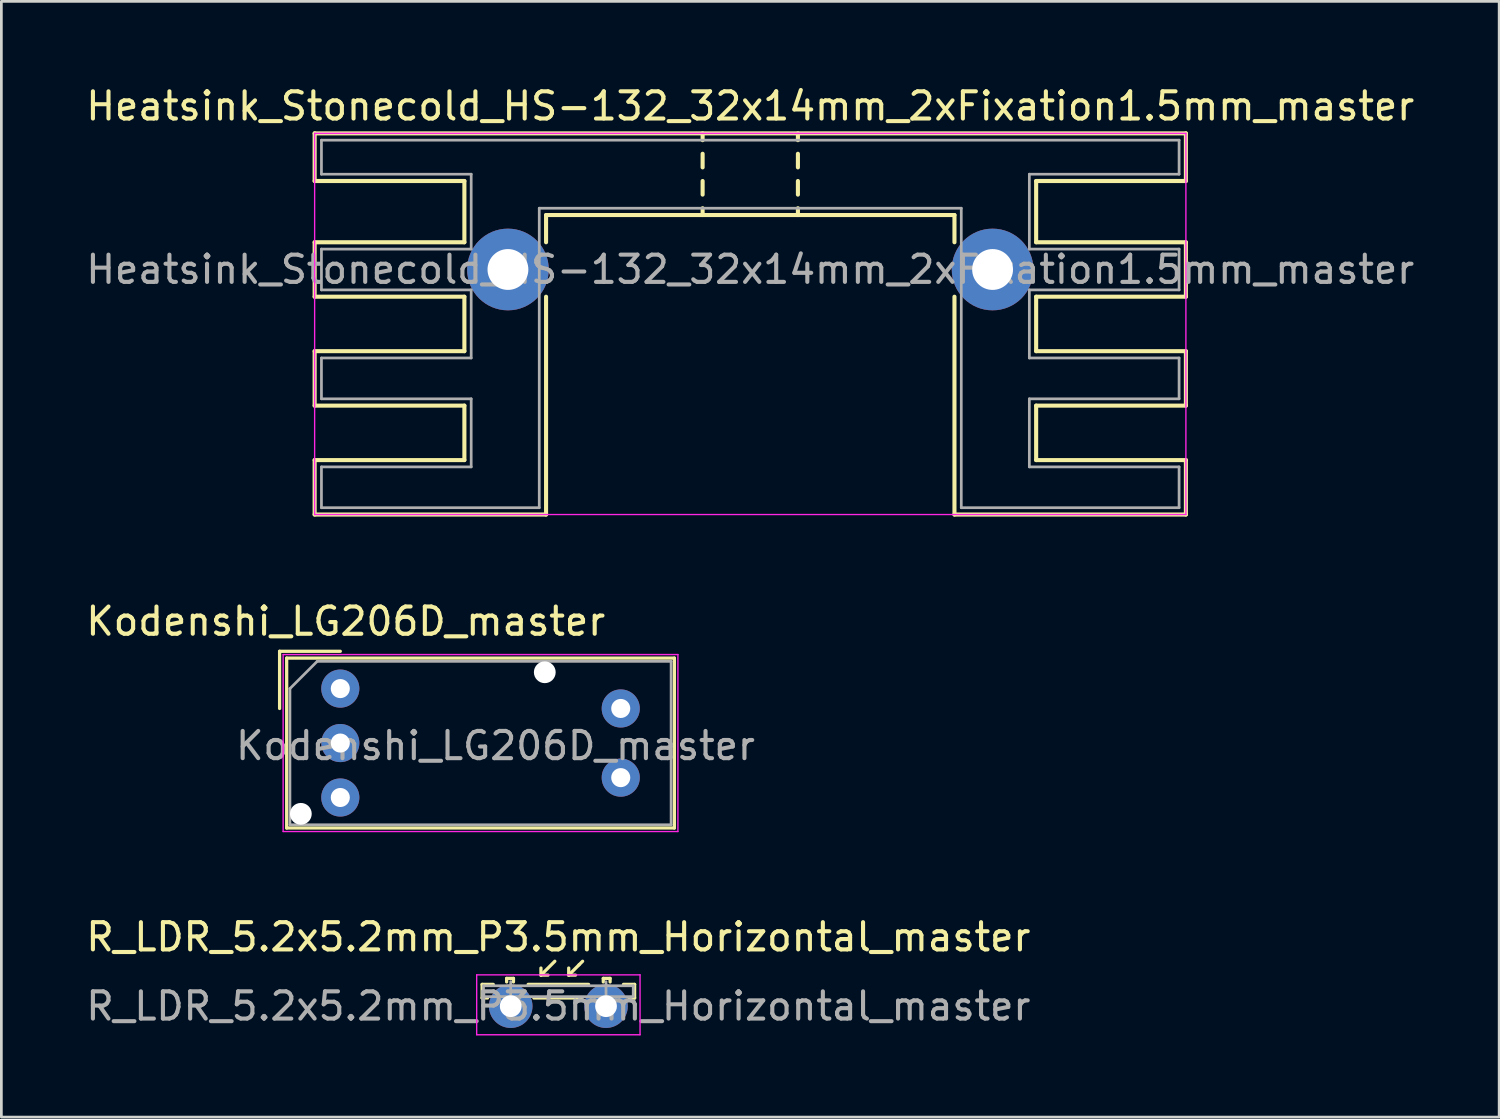
<source format=kicad_pcb>
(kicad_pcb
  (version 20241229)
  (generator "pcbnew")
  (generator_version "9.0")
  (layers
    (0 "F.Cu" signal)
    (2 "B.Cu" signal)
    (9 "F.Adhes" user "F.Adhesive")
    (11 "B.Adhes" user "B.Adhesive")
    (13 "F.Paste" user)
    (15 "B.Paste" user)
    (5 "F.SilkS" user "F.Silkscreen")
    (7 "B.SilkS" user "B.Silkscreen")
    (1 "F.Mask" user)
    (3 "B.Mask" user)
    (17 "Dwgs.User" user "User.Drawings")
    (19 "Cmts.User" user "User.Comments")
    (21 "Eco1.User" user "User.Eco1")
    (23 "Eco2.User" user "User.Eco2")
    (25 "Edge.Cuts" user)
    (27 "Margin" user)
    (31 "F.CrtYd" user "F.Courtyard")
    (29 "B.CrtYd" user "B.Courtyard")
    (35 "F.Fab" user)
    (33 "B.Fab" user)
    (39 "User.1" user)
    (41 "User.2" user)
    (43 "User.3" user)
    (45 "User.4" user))
  (footprint "R_LDR_5.2x5.2mm_P3.5mm_Horizontal_master"
    (layer "F.Cu")
    (at 15.708 33.905)
    (property "Reference" "R_LDR_5.2x5.2mm_P3.5mm_Horizontal_master" (at 1.75 -2.54 0) (layer "F.SilkS") (effects (font (size 1 1) (thickness 0.15))))
    (attr through_hole)
    (fp_line (start -1.05 -0.8) (end -1.05 -0.3) (stroke (width 0.12) (type solid)) (layer "F.SilkS"))
    (fp_line (start -1.05 -0.3) (end -0.85 -0.3) (stroke (width 0.12) (type solid)) (layer "F.SilkS"))
    (fp_line (start -0.64 -0.8) (end -1.05 -0.8) (stroke (width 0.12) (type solid)) (layer "F.SilkS"))
    (fp_line (start -0.15 -1.02) (end -0.15 -0.89) (stroke (width 0.12) (type solid)) (layer "F.SilkS"))
    (fp_line (start -0.15 -1.02) (end 0.1 -1.02) (stroke (width 0.12) (type solid)) (layer "F.SilkS"))
    (fp_line (start 0.1 -1.02) (end 0.1 -0.89) (stroke (width 0.12) (type solid)) (layer "F.SilkS"))
    (fp_line (start 0.85 -0.3) (end 2.6 -0.3) (stroke (width 0.12) (type solid)) (layer "F.SilkS"))
    (fp_line (start 1.11 -1.14) (end 1.11 -1.4) (stroke (width 0.12) (type solid)) (layer "F.SilkS"))
    (fp_line (start 1.11 -1.14) (end 1.37 -1.14) (stroke (width 0.12) (type solid)) (layer "F.SilkS"))
    (fp_line (start 1.62 -1.65) (end 1.11 -1.14) (stroke (width 0.12) (type solid)) (layer "F.SilkS"))
    (fp_line (start 2.13 -1.14) (end 2.13 -1.4) (stroke (width 0.12) (type solid)) (layer "F.SilkS"))
    (fp_line (start 2.13 -1.14) (end 2.38 -1.14) (stroke (width 0.12) (type solid)) (layer "F.SilkS"))
    (fp_line (start 2.51 -1.52) (end 2.13 -1.14) (stroke (width 0.12) (type solid)) (layer "F.SilkS"))
    (fp_line (start 2.51 -1.52) (end 2.64 -1.65) (stroke (width 0.12) (type solid)) (layer "F.SilkS"))
    (fp_line (start 2.86 -0.8) (end 0.64 -0.8) (stroke (width 0.12) (type solid)) (layer "F.SilkS"))
    (fp_line (start 3.4 -1.02) (end 3.4 -0.89) (stroke (width 0.12) (type solid)) (layer "F.SilkS"))
    (fp_line (start 3.4 -1.02) (end 3.65 -1.02) (stroke (width 0.12) (type solid)) (layer "F.SilkS"))
    (fp_line (start 3.65 -1.02) (end 3.65 -0.89) (stroke (width 0.12) (type solid)) (layer "F.SilkS"))
    (fp_line (start 4.35 -0.3) (end 4.55 -0.3) (stroke (width 0.12) (type solid)) (layer "F.SilkS"))
    (fp_line (start 4.55 -0.8) (end 4.14 -0.8) (stroke (width 0.12) (type solid)) (layer "F.SilkS"))
    (fp_line (start 4.55 -0.3) (end 4.55 -0.8) (stroke (width 0.12) (type solid)) (layer "F.SilkS"))
    (fp_line (start -1.25 -1.15) (end -1.25 1.05) (stroke (width 0.05) (type solid)) (layer "F.CrtYd"))
    (fp_line (start -1.25 -1.15) (end 4.75 -1.15) (stroke (width 0.05) (type solid)) (layer "F.CrtYd"))
    (fp_line (start 4.75 1.05) (end -1.25 1.05) (stroke (width 0.05) (type solid)) (layer "F.CrtYd"))
    (fp_line (start 4.75 1.05) (end 4.75 -1.15) (stroke (width 0.05) (type solid)) (layer "F.CrtYd"))
    (fp_line (start -1 -0.75) (end 4.5 -0.75) (stroke (width 0.1) (type solid)) (layer "F.Fab"))
    (fp_line (start -1 -0.35) (end -1 -0.75) (stroke (width 0.1) (type solid)) (layer "F.Fab"))
    (fp_line (start 0 0) (end 0 -0.9) (stroke (width 0.1) (type solid)) (layer "F.Fab"))
    (fp_line (start 3.5 0) (end 3.5 -0.9) (stroke (width 0.1) (type solid)) (layer "F.Fab"))
    (fp_line (start 4.5 -0.75) (end 4.5 -0.35) (stroke (width 0.1) (type solid)) (layer "F.Fab"))
    (fp_line (start 4.5 -0.35) (end -1 -0.35) (stroke (width 0.1) (type solid)) (layer "F.Fab"))
    (fp_text user "${REFERENCE}" (at 1.75 0 0) (layer "F.Fab") (effects (font (size 1 1) (thickness 0.15))))
    (pad "1" thru_hole circle (at 0 0) (size 1.6 1.6) (drill 0.8) (layers "*.Cu" "*.Mask"))
    (pad "2" thru_hole circle (at 3.5 0) (size 1.6 1.6) (drill 0.8) (layers "*.Cu" "*.Mask")))
  (footprint "Heatsink_Stonecold_HS-132_32x14mm_2xFixation1.5mm_master"
    (layer "F.Cu")
    (at 24.506 6.848)
    (property "Reference" "Heatsink_Stonecold_HS-132_32x14mm_2xFixation1.5mm_master" (at 0 -6 0) (layer "F.SilkS") (effects (font (size 1 1) (thickness 0.15))))
    (attr through_hole)
    (fp_line (start -16 -5) (end 16 -5) (stroke (width 0.15) (type solid)) (layer "F.SilkS"))
    (fp_line (start -16 -3.25) (end -16 -5) (stroke (width 0.15) (type solid)) (layer "F.SilkS"))
    (fp_line (start -16 -1) (end -16 1) (stroke (width 0.15) (type solid)) (layer "F.SilkS"))
    (fp_line (start -16 1) (end -10.5 1) (stroke (width 0.15) (type solid)) (layer "F.SilkS"))
    (fp_line (start -16 3) (end -16 5) (stroke (width 0.15) (type solid)) (layer "F.SilkS"))
    (fp_line (start -16 5) (end -10.5 5) (stroke (width 0.15) (type solid)) (layer "F.SilkS"))
    (fp_line (start -16 7) (end -16 9) (stroke (width 0.15) (type solid)) (layer "F.SilkS"))
    (fp_line (start -10.5 -3.25) (end -16 -3.25) (stroke (width 0.15) (type solid)) (layer "F.SilkS"))
    (fp_line (start -10.5 -3.25) (end -10.5 -1) (stroke (width 0.15) (type solid)) (layer "F.SilkS"))
    (fp_line (start -10.5 -1) (end -16 -1) (stroke (width 0.15) (type solid)) (layer "F.SilkS"))
    (fp_line (start -10.5 1) (end -10.5 3) (stroke (width 0.15) (type solid)) (layer "F.SilkS"))
    (fp_line (start -10.5 3) (end -16 3) (stroke (width 0.15) (type solid)) (layer "F.SilkS"))
    (fp_line (start -10.5 5) (end -10.5 7) (stroke (width 0.15) (type solid)) (layer "F.SilkS"))
    (fp_line (start -10.5 7) (end -16 7) (stroke (width 0.15) (type solid)) (layer "F.SilkS"))
    (fp_line (start -7.5 -2) (end -7.5 -1) (stroke (width 0.15) (type solid)) (layer "F.SilkS"))
    (fp_line (start -7.5 -2) (end 7.5 -2) (stroke (width 0.15) (type solid)) (layer "F.SilkS"))
    (fp_line (start -7.5 1) (end -7.5 9) (stroke (width 0.15) (type solid)) (layer "F.SilkS"))
    (fp_line (start -7.5 9) (end -16 9) (stroke (width 0.15) (type solid)) (layer "F.SilkS"))
    (fp_line (start -1.75 -4.75) (end -1.75 -5) (stroke (width 0.15) (type solid)) (layer "F.SilkS"))
    (fp_line (start -1.75 -4.25) (end -1.75 -3.75) (stroke (width 0.15) (type solid)) (layer "F.SilkS"))
    (fp_line (start -1.75 -3.25) (end -1.75 -2.75) (stroke (width 0.15) (type solid)) (layer "F.SilkS"))
    (fp_line (start -1.75 -2.25) (end -1.75 -2) (stroke (width 0.15) (type solid)) (layer "F.SilkS"))
    (fp_line (start 1.75 -4.75) (end 1.75 -5) (stroke (width 0.15) (type solid)) (layer "F.SilkS"))
    (fp_line (start 1.75 -4.25) (end 1.75 -3.75) (stroke (width 0.15) (type solid)) (layer "F.SilkS"))
    (fp_line (start 1.75 -3.25) (end 1.75 -2.75) (stroke (width 0.15) (type solid)) (layer "F.SilkS"))
    (fp_line (start 1.75 -2.25) (end 1.75 -2) (stroke (width 0.15) (type solid)) (layer "F.SilkS"))
    (fp_line (start 7.5 -2) (end 7.5 -1) (stroke (width 0.15) (type solid)) (layer "F.SilkS"))
    (fp_line (start 7.5 1) (end 7.5 9) (stroke (width 0.15) (type solid)) (layer "F.SilkS"))
    (fp_line (start 7.5 9) (end 16 9) (stroke (width 0.15) (type solid)) (layer "F.SilkS"))
    (fp_line (start 10.5 -3.25) (end 10.5 -1) (stroke (width 0.15) (type solid)) (layer "F.SilkS"))
    (fp_line (start 10.5 -3.25) (end 16 -3.25) (stroke (width 0.15) (type solid)) (layer "F.SilkS"))
    (fp_line (start 10.5 -1) (end 16 -1) (stroke (width 0.15) (type solid)) (layer "F.SilkS"))
    (fp_line (start 10.5 1) (end 10.5 3) (stroke (width 0.15) (type solid)) (layer "F.SilkS"))
    (fp_line (start 10.5 1) (end 16 1) (stroke (width 0.15) (type solid)) (layer "F.SilkS"))
    (fp_line (start 10.5 3) (end 16 3) (stroke (width 0.15) (type solid)) (layer "F.SilkS"))
    (fp_line (start 10.5 5) (end 10.5 7) (stroke (width 0.15) (type solid)) (layer "F.SilkS"))
    (fp_line (start 10.5 5) (end 16 5) (stroke (width 0.15) (type solid)) (layer "F.SilkS"))
    (fp_line (start 10.5 7) (end 16 7) (stroke (width 0.15) (type solid)) (layer "F.SilkS"))
    (fp_line (start 16 -5) (end 16 -3.25) (stroke (width 0.15) (type solid)) (layer "F.SilkS"))
    (fp_line (start 16 -1) (end 16 1) (stroke (width 0.15) (type solid)) (layer "F.SilkS"))
    (fp_line (start 16 3) (end 16 5) (stroke (width 0.15) (type solid)) (layer "F.SilkS"))
    (fp_line (start 16 7) (end 16 9) (stroke (width 0.15) (type solid)) (layer "F.SilkS"))
    (fp_line (start -16 -5) (end -16 9) (stroke (width 0.05) (type solid)) (layer "F.CrtYd"))
    (fp_line (start -16 -5) (end 16 -5) (stroke (width 0.05) (type solid)) (layer "F.CrtYd"))
    (fp_line (start 16 9) (end -16 9) (stroke (width 0.05) (type solid)) (layer "F.CrtYd"))
    (fp_line (start 16 9) (end 16 -5) (stroke (width 0.05) (type solid)) (layer "F.CrtYd"))
    (fp_line (start -15.75 -4.75) (end -15.75 -3.5) (stroke (width 0.1) (type solid)) (layer "F.Fab"))
    (fp_line (start -15.75 -3.5) (end -10.25 -3.5) (stroke (width 0.1) (type solid)) (layer "F.Fab"))
    (fp_line (start -15.75 -0.75) (end -15.75 0.75) (stroke (width 0.1) (type solid)) (layer "F.Fab"))
    (fp_line (start -15.75 0.75) (end -10.25 0.75) (stroke (width 0.1) (type solid)) (layer "F.Fab"))
    (fp_line (start -15.75 3.25) (end -15.75 4.75) (stroke (width 0.1) (type solid)) (layer "F.Fab"))
    (fp_line (start -15.75 4.75) (end -10.25 4.75) (stroke (width 0.1) (type solid)) (layer "F.Fab"))
    (fp_line (start -15.75 7.25) (end -15.75 8.75) (stroke (width 0.1) (type solid)) (layer "F.Fab"))
    (fp_line (start -15.75 8.75) (end -7.75 8.75) (stroke (width 0.1) (type solid)) (layer "F.Fab"))
    (fp_line (start -10.25 -3.5) (end -10.25 -0.75) (stroke (width 0.1) (type solid)) (layer "F.Fab"))
    (fp_line (start -10.25 -0.75) (end -15.75 -0.75) (stroke (width 0.1) (type solid)) (layer "F.Fab"))
    (fp_line (start -10.25 0.75) (end -10.25 3.25) (stroke (width 0.1) (type solid)) (layer "F.Fab"))
    (fp_line (start -10.25 3.25) (end -15.75 3.25) (stroke (width 0.1) (type solid)) (layer "F.Fab"))
    (fp_line (start -10.25 4.75) (end -10.25 7.25) (stroke (width 0.1) (type solid)) (layer "F.Fab"))
    (fp_line (start -10.25 7.25) (end -15.75 7.25) (stroke (width 0.1) (type solid)) (layer "F.Fab"))
    (fp_line (start -7.75 -2.25) (end 7.75 -2.25) (stroke (width 0.1) (type solid)) (layer "F.Fab"))
    (fp_line (start -7.75 8.75) (end -7.75 -2.25) (stroke (width 0.1) (type solid)) (layer "F.Fab"))
    (fp_line (start 7.75 -2.25) (end 7.75 8.75) (stroke (width 0.1) (type solid)) (layer "F.Fab"))
    (fp_line (start 7.75 8.75) (end 15.75 8.75) (stroke (width 0.1) (type solid)) (layer "F.Fab"))
    (fp_line (start 10.25 -3.5) (end 15.75 -3.5) (stroke (width 0.1) (type solid)) (layer "F.Fab"))
    (fp_line (start 10.25 -0.75) (end 10.25 -3.5) (stroke (width 0.1) (type solid)) (layer "F.Fab"))
    (fp_line (start 10.25 0.75) (end 15.75 0.75) (stroke (width 0.1) (type solid)) (layer "F.Fab"))
    (fp_line (start 10.25 3.25) (end 10.25 0.75) (stroke (width 0.1) (type solid)) (layer "F.Fab"))
    (fp_line (start 10.25 4.75) (end 15.75 4.75) (stroke (width 0.1) (type solid)) (layer "F.Fab"))
    (fp_line (start 10.25 7.25) (end 10.25 4.75) (stroke (width 0.1) (type solid)) (layer "F.Fab"))
    (fp_line (start 15.75 -4.75) (end -15.75 -4.75) (stroke (width 0.1) (type solid)) (layer "F.Fab"))
    (fp_line (start 15.75 -3.5) (end 15.75 -4.75) (stroke (width 0.1) (type solid)) (layer "F.Fab"))
    (fp_line (start 15.75 -0.75) (end 10.25 -0.75) (stroke (width 0.1) (type solid)) (layer "F.Fab"))
    (fp_line (start 15.75 0.75) (end 15.75 -0.75) (stroke (width 0.1) (type solid)) (layer "F.Fab"))
    (fp_line (start 15.75 3.25) (end 10.25 3.25) (stroke (width 0.1) (type solid)) (layer "F.Fab"))
    (fp_line (start 15.75 4.75) (end 15.75 3.25) (stroke (width 0.1) (type solid)) (layer "F.Fab"))
    (fp_line (start 15.75 7.25) (end 10.25 7.25) (stroke (width 0.1) (type solid)) (layer "F.Fab"))
    (fp_line (start 15.75 8.75) (end 15.75 7.25) (stroke (width 0.1) (type solid)) (layer "F.Fab"))
    (fp_text user "${REFERENCE}" (at 0 0 0) (layer "F.Fab") (effects (font (size 1 1) (thickness 0.15))))
    (pad "1" thru_hole circle (at -8.9 0) (size 3 3) (drill 1.5) (layers "*.Cu" "*.Mask"))
    (pad "1" thru_hole circle (at 8.9 0) (size 3 3) (drill 1.5) (layers "*.Cu" "*.Mask")))
  (footprint "Kodenshi_LG206D_master"
    (layer "F.Cu")
    (at 9.449 22.241)
    (property "Reference" "Kodenshi_LG206D_master" (at 0.2 -2.47 0) (layer "F.SilkS") (effects (font (size 1 1) (thickness 0.15))))
    (attr through_hole)
    (fp_line (start -2.23 -1.37) (end 0 -1.37) (stroke (width 0.12) (type solid)) (layer "F.SilkS"))
    (fp_line (start -2.23 0.73) (end -2.23 -1.37) (stroke (width 0.12) (type solid)) (layer "F.SilkS"))
    (fp_line (start -1.97 -1.12) (end 12.27 -1.12) (stroke (width 0.12) (type solid)) (layer "F.SilkS"))
    (fp_line (start -1.97 5.12) (end -1.97 -1.12) (stroke (width 0.12) (type solid)) (layer "F.SilkS"))
    (fp_line (start 12.27 -1.12) (end 12.27 5.12) (stroke (width 0.12) (type solid)) (layer "F.SilkS"))
    (fp_line (start 12.27 5.12) (end -1.97 5.12) (stroke (width 0.12) (type solid)) (layer "F.SilkS"))
    (fp_line (start -2.1 -1.25) (end 12.4 -1.25) (stroke (width 0.05) (type solid)) (layer "F.CrtYd"))
    (fp_line (start -2.1 5.25) (end -2.1 -1.25) (stroke (width 0.05) (type solid)) (layer "F.CrtYd"))
    (fp_line (start 12.4 -1.25) (end 12.4 5.25) (stroke (width 0.05) (type solid)) (layer "F.CrtYd"))
    (fp_line (start 12.4 5.25) (end -2.1 5.25) (stroke (width 0.05) (type solid)) (layer "F.CrtYd"))
    (fp_line (start -1.85 0) (end -0.85 -1) (stroke (width 0.1) (type solid)) (layer "F.Fab"))
    (fp_line (start -1.85 5) (end -1.85 0) (stroke (width 0.1) (type solid)) (layer "F.Fab"))
    (fp_line (start -1.85 5) (end 12.15 5) (stroke (width 0.1) (type solid)) (layer "F.Fab"))
    (fp_line (start -0.85 -1) (end 12.15 -1) (stroke (width 0.1) (type solid)) (layer "F.Fab"))
    (fp_line (start 12.15 -1) (end 12.15 5) (stroke (width 0.1) (type solid)) (layer "F.Fab"))
    (fp_text user "${REFERENCE}" (at 5.7 2.1 0) (layer "F.Fab") (effects (font (size 1 1) (thickness 0.15))))
    (pad "" np_thru_hole circle (at -1.45 4.6) (size 0.8 0.8) (drill 0.8) (layers "*.Cu" "*.Mask"))
    (pad "" np_thru_hole circle (at 7.51 -0.6) (size 0.8 0.8) (drill 0.8) (layers "*.Cu" "*.Mask"))
    (pad "1" thru_hole circle (at 0 0) (size 1.4 1.4) (drill 0.7) (layers "*.Cu" "*.Mask"))
    (pad "2" thru_hole circle (at 0 2) (size 1.4 1.4) (drill 0.7) (layers "*.Cu" "*.Mask"))
    (pad "3" thru_hole circle (at 0 4) (size 1.4 1.4) (drill 0.7) (layers "*.Cu" "*.Mask"))
    (pad "4" thru_hole circle (at 10.3 3.27) (size 1.4 1.4) (drill 0.7) (layers "*.Cu" "*.Mask"))
    (pad "5" thru_hole circle (at 10.3 0.73) (size 1.4 1.4) (drill 0.7) (layers "*.Cu" "*.Mask")))
  (gr_rect
    (start -3 -3)
    (end 52.012 37.98)
    (stroke (width 0.1) (type default))
    (fill no)
    (layer "Edge.Cuts")))
</source>
